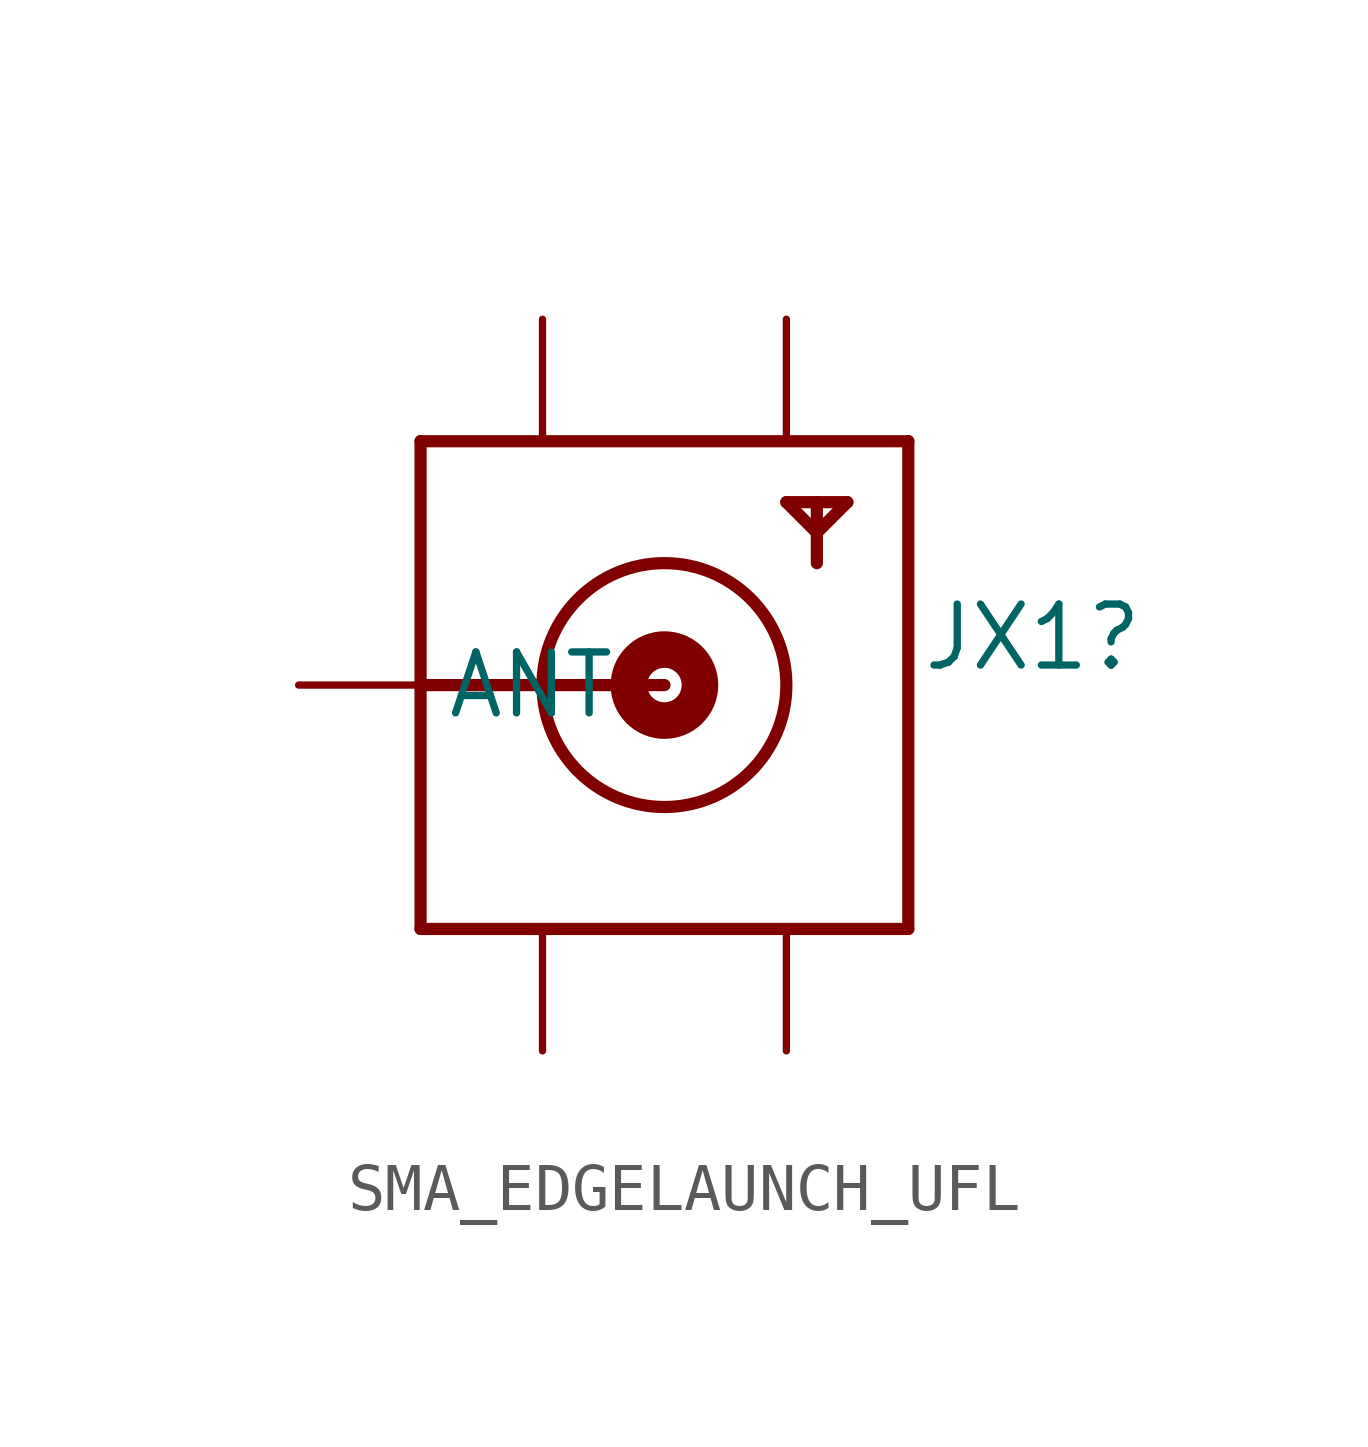
<source format=kicad_sym>
(kicad_symbol_lib
  (version 20231120)
  (generator "kicad_symbol_editor")
  (generator_version "8.0")
  (symbol "SMA_EDGELAUNCH_UFL"
    (property "Reference" "JX1"
      (at 5.334 0.254 0)
      (effects (font (size 1.27 1.27)) (justify left bottom)))
    (property "ALTIUM_VALUE" ""
      (at -8.128 8.128 0)
      (effects (font (size 1.27 1.27)) (justify left bottom)))
    (symbol "SMA_EDGELAUNCH_UFL_1_0"
      (polyline (pts (xy -5.08 -5.08) (xy 5.08 -5.08)) (stroke (width 0.254) (type solid) (color 128 0 0 1)) (fill (type none)))
      (polyline (pts (xy -5.08 0) (xy -5.08 -5.08)) (stroke (width 0.254) (type solid) (color 128 0 0 1)) (fill (type none)))
      (polyline (pts (xy -5.08 5.08) (xy -5.08 0)) (stroke (width 0.254) (type solid) (color 128 0 0 1)) (fill (type none)))
      (polyline (pts (xy 0 0) (xy -5.08 0)) (stroke (width 0.254) (type solid) (color 128 0 0 1)) (fill (type none)))
      (polyline (pts (xy 2.54 3.81) (xy 3.175 3.175)) (stroke (width 0.254) (type solid) (color 128 0 0 1)) (fill (type none)))
      (polyline (pts (xy 3.175 2.54) (xy 3.175 3.81)) (stroke (width 0.254) (type solid) (color 128 0 0 1)) (fill (type none)))
      (polyline (pts (xy 3.175 3.175) (xy 3.81 3.81)) (stroke (width 0.254) (type solid) (color 128 0 0 1)) (fill (type none)))
      (polyline (pts (xy 3.175 3.81) (xy 2.54 3.81)) (stroke (width 0.254) (type solid) (color 128 0 0 1)) (fill (type none)))
      (polyline (pts (xy 3.81 3.81) (xy 3.175 3.81)) (stroke (width 0.254) (type solid) (color 128 0 0 1)) (fill (type none)))
      (polyline (pts (xy 5.08 -5.08) (xy 5.08 5.08)) (stroke (width 0.254) (type solid) (color 128 0 0 1)) (fill (type none)))
      (polyline (pts (xy 5.08 5.08) (xy -5.08 5.08)) (stroke (width 0.254) (type solid) (color 128 0 0 1)) (fill (type none)))
      (circle (center 0 0) (radius 0.359) (stroke (width 0.762) (type solid) (color 128 0 0 1)) (fill (type none)))
      (circle (center 0 0) (radius 2.54) (stroke (width 0.254) (type solid) (color 128 0 0 1)) (fill (type none)))
      (pin power_in line (at -2.54 7.62 270) (length 2.54) (name "GND1" (effects (font (size 0 0)))) (number "GND@1" (effects (font (size 0 0)))))
      (pin power_in line (at 2.54 7.62 270) (length 2.54) (name "GND2" (effects (font (size 0 0)))) (number "GND@2" (effects (font (size 0 0)))))
      (pin power_in line (at -2.54 -7.62 90) (length 2.54) (name "GND3" (effects (font (size 0 0)))) (number "GND@3" (effects (font (size 0 0)))))
      (pin power_in line (at 2.54 -7.62 90) (length 2.54) (name "GND4" (effects (font (size 0 0)))) (number "GND@4" (effects (font (size 0 0)))))
      (pin passive line (at -7.62 0 0) (length 2.54) (name "ANT" (effects (font (size 1.27 1.27)))) (number "P" (effects (font (size 0 0))))))))
</source>
